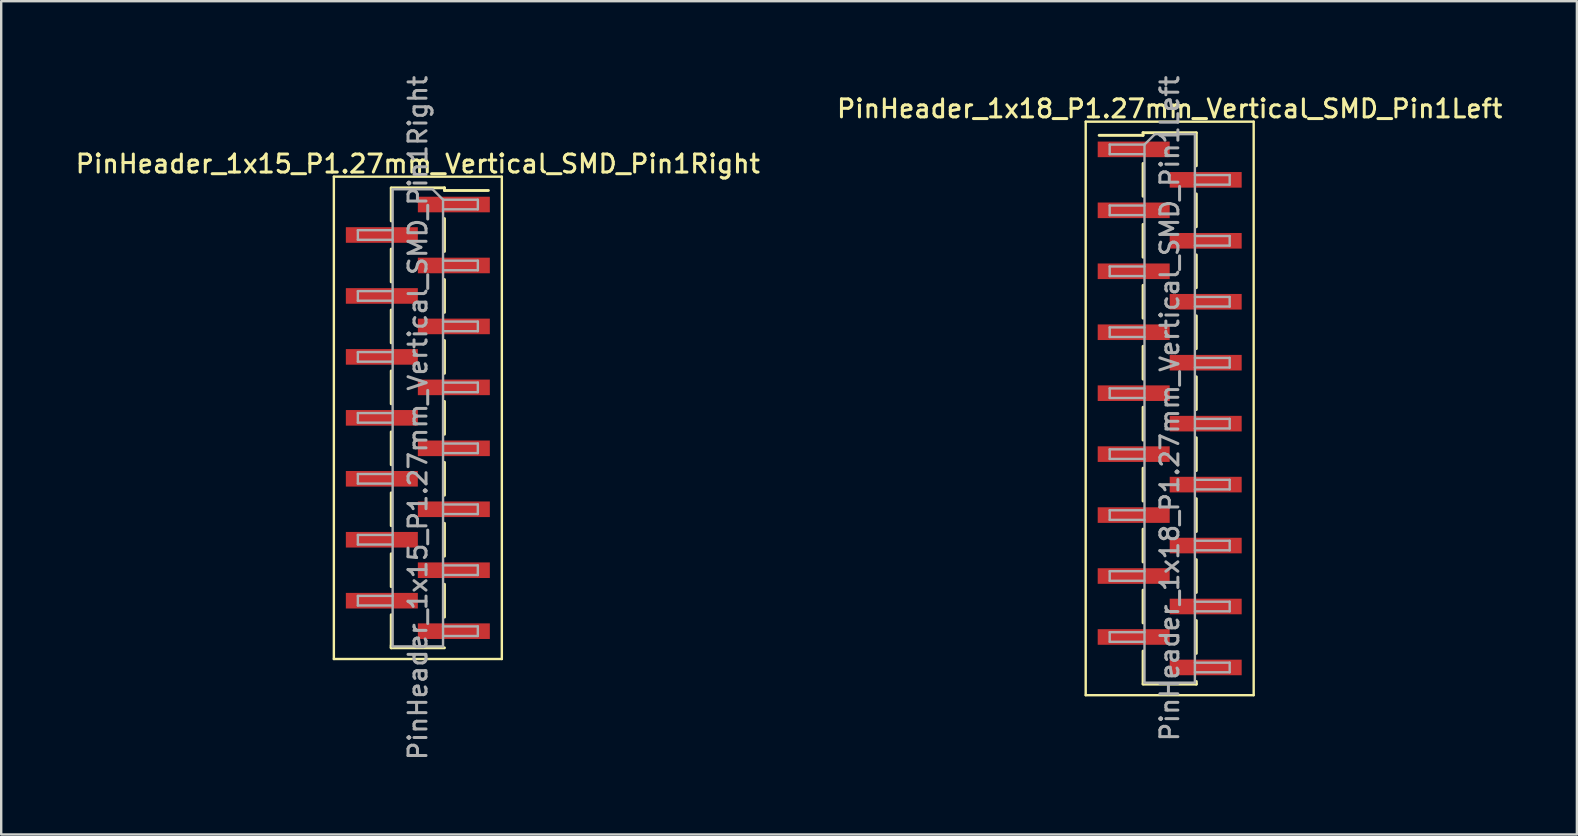
<source format=kicad_pcb>
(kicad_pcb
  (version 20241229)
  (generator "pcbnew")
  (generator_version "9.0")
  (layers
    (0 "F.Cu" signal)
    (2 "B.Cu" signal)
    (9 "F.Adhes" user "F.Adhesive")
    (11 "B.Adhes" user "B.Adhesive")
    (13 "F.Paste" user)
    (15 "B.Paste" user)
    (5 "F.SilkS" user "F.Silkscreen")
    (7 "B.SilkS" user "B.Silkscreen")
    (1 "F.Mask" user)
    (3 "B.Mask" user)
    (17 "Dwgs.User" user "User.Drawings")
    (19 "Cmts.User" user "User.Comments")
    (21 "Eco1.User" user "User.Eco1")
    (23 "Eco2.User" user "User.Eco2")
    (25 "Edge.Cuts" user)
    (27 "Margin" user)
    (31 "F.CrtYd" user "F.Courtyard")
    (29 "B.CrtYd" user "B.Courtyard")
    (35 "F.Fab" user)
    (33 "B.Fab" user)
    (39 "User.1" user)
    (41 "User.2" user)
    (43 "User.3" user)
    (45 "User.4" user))
  (footprint "PinHeader_1x18_P1.27mm_Vertical_SMD_Pin1Left"
    (layer "F.Cu")
    (at 45.695 13.97)
    (property "Reference" "PinHeader_1x18_P1.27mm_Vertical_SMD_Pin1Left" (at 0 -12.49 0) (layer "F.SilkS") (effects (font (size 0.75 0.75) (thickness 0.125))))
    (attr smd)
    (fp_line (start -3.5 -11.95) (end -3.5 11.95) (stroke (width 0.1) (type solid)) (layer "F.SilkS"))
    (fp_line (start -3.5 11.95) (end 3.5 11.95) (stroke (width 0.1) (type solid)) (layer "F.SilkS"))
    (fp_line (start -1.11 -11.49) (end -1.11 -11.38) (stroke (width 0.12) (type solid)) (layer "F.SilkS"))
    (fp_line (start -1.11 -11.49) (end 1.11 -11.49) (stroke (width 0.12) (type solid)) (layer "F.SilkS"))
    (fp_line (start -1.11 -11.38) (end -2.94 -11.38) (stroke (width 0.12) (type solid)) (layer "F.SilkS"))
    (fp_line (start -1.11 -10.21) (end -1.11 -8.84) (stroke (width 0.12) (type solid)) (layer "F.SilkS"))
    (fp_line (start -1.11 -7.67) (end -1.11 -6.3) (stroke (width 0.12) (type solid)) (layer "F.SilkS"))
    (fp_line (start -1.11 -5.13) (end -1.11 -3.76) (stroke (width 0.12) (type solid)) (layer "F.SilkS"))
    (fp_line (start -1.11 -2.59) (end -1.11 -1.22) (stroke (width 0.12) (type solid)) (layer "F.SilkS"))
    (fp_line (start -1.11 -0.05) (end -1.11 1.32) (stroke (width 0.12) (type solid)) (layer "F.SilkS"))
    (fp_line (start -1.11 2.49) (end -1.11 3.86) (stroke (width 0.12) (type solid)) (layer "F.SilkS"))
    (fp_line (start -1.11 5.03) (end -1.11 6.4) (stroke (width 0.12) (type solid)) (layer "F.SilkS"))
    (fp_line (start -1.11 7.57) (end -1.11 8.94) (stroke (width 0.12) (type solid)) (layer "F.SilkS"))
    (fp_line (start -1.11 10.11) (end -1.11 11.48) (stroke (width 0.12) (type solid)) (layer "F.SilkS"))
    (fp_line (start -1.11 11.49) (end 1.11 11.49) (stroke (width 0.12) (type solid)) (layer "F.SilkS"))
    (fp_line (start 1.11 -11.48) (end 1.11 -10.11) (stroke (width 0.12) (type solid)) (layer "F.SilkS"))
    (fp_line (start 1.11 -8.94) (end 1.11 -7.57) (stroke (width 0.12) (type solid)) (layer "F.SilkS"))
    (fp_line (start 1.11 -6.4) (end 1.11 -5.03) (stroke (width 0.12) (type solid)) (layer "F.SilkS"))
    (fp_line (start 1.11 -3.86) (end 1.11 -2.49) (stroke (width 0.12) (type solid)) (layer "F.SilkS"))
    (fp_line (start 1.11 -1.32) (end 1.11 0.05) (stroke (width 0.12) (type solid)) (layer "F.SilkS"))
    (fp_line (start 1.11 1.22) (end 1.11 2.59) (stroke (width 0.12) (type solid)) (layer "F.SilkS"))
    (fp_line (start 1.11 3.76) (end 1.11 5.13) (stroke (width 0.12) (type solid)) (layer "F.SilkS"))
    (fp_line (start 1.11 6.3) (end 1.11 7.67) (stroke (width 0.12) (type solid)) (layer "F.SilkS"))
    (fp_line (start 1.11 8.84) (end 1.11 10.21) (stroke (width 0.12) (type solid)) (layer "F.SilkS"))
    (fp_line (start 1.11 11.38) (end 1.11 11.49) (stroke (width 0.12) (type solid)) (layer "F.SilkS"))
    (fp_line (start 3.5 -11.95) (end -3.5 -11.95) (stroke (width 0.1) (type solid)) (layer "F.SilkS"))
    (fp_line (start 3.5 11.95) (end 3.5 -11.95) (stroke (width 0.1) (type solid)) (layer "F.SilkS"))
    (fp_line (start -2.5 -10.995) (end -2.5 -10.595) (stroke (width 0.1) (type solid)) (layer "F.Fab"))
    (fp_line (start -2.5 -10.595) (end -1.05 -10.595) (stroke (width 0.1) (type solid)) (layer "F.Fab"))
    (fp_line (start -2.5 -8.455) (end -2.5 -8.055) (stroke (width 0.1) (type solid)) (layer "F.Fab"))
    (fp_line (start -2.5 -8.055) (end -1.05 -8.055) (stroke (width 0.1) (type solid)) (layer "F.Fab"))
    (fp_line (start -2.5 -5.915) (end -2.5 -5.515) (stroke (width 0.1) (type solid)) (layer "F.Fab"))
    (fp_line (start -2.5 -5.515) (end -1.05 -5.515) (stroke (width 0.1) (type solid)) (layer "F.Fab"))
    (fp_line (start -2.5 -3.375) (end -2.5 -2.975) (stroke (width 0.1) (type solid)) (layer "F.Fab"))
    (fp_line (start -2.5 -2.975) (end -1.05 -2.975) (stroke (width 0.1) (type solid)) (layer "F.Fab"))
    (fp_line (start -2.5 -0.835) (end -2.5 -0.435) (stroke (width 0.1) (type solid)) (layer "F.Fab"))
    (fp_line (start -2.5 -0.435) (end -1.05 -0.435) (stroke (width 0.1) (type solid)) (layer "F.Fab"))
    (fp_line (start -2.5 1.705) (end -2.5 2.105) (stroke (width 0.1) (type solid)) (layer "F.Fab"))
    (fp_line (start -2.5 2.105) (end -1.05 2.105) (stroke (width 0.1) (type solid)) (layer "F.Fab"))
    (fp_line (start -2.5 4.245) (end -2.5 4.645) (stroke (width 0.1) (type solid)) (layer "F.Fab"))
    (fp_line (start -2.5 4.645) (end -1.05 4.645) (stroke (width 0.1) (type solid)) (layer "F.Fab"))
    (fp_line (start -2.5 6.785) (end -2.5 7.185) (stroke (width 0.1) (type solid)) (layer "F.Fab"))
    (fp_line (start -2.5 7.185) (end -1.05 7.185) (stroke (width 0.1) (type solid)) (layer "F.Fab"))
    (fp_line (start -2.5 9.325) (end -2.5 9.725) (stroke (width 0.1) (type solid)) (layer "F.Fab"))
    (fp_line (start -2.5 9.725) (end -1.05 9.725) (stroke (width 0.1) (type solid)) (layer "F.Fab"))
    (fp_line (start -1.05 -10.995) (end -2.5 -10.995) (stroke (width 0.1) (type solid)) (layer "F.Fab"))
    (fp_line (start -1.05 -10.995) (end -0.615 -11.43) (stroke (width 0.1) (type solid)) (layer "F.Fab"))
    (fp_line (start -1.05 -8.455) (end -2.5 -8.455) (stroke (width 0.1) (type solid)) (layer "F.Fab"))
    (fp_line (start -1.05 -5.915) (end -2.5 -5.915) (stroke (width 0.1) (type solid)) (layer "F.Fab"))
    (fp_line (start -1.05 -3.375) (end -2.5 -3.375) (stroke (width 0.1) (type solid)) (layer "F.Fab"))
    (fp_line (start -1.05 -0.835) (end -2.5 -0.835) (stroke (width 0.1) (type solid)) (layer "F.Fab"))
    (fp_line (start -1.05 1.705) (end -2.5 1.705) (stroke (width 0.1) (type solid)) (layer "F.Fab"))
    (fp_line (start -1.05 4.245) (end -2.5 4.245) (stroke (width 0.1) (type solid)) (layer "F.Fab"))
    (fp_line (start -1.05 6.785) (end -2.5 6.785) (stroke (width 0.1) (type solid)) (layer "F.Fab"))
    (fp_line (start -1.05 9.325) (end -2.5 9.325) (stroke (width 0.1) (type solid)) (layer "F.Fab"))
    (fp_line (start -1.05 11.43) (end -1.05 -10.995) (stroke (width 0.1) (type solid)) (layer "F.Fab"))
    (fp_line (start -0.615 -11.43) (end 1.05 -11.43) (stroke (width 0.1) (type solid)) (layer "F.Fab"))
    (fp_line (start 1.05 -11.43) (end 1.05 11.43) (stroke (width 0.1) (type solid)) (layer "F.Fab"))
    (fp_line (start 1.05 -9.725) (end 2.5 -9.725) (stroke (width 0.1) (type solid)) (layer "F.Fab"))
    (fp_line (start 1.05 -7.185) (end 2.5 -7.185) (stroke (width 0.1) (type solid)) (layer "F.Fab"))
    (fp_line (start 1.05 -4.645) (end 2.5 -4.645) (stroke (width 0.1) (type solid)) (layer "F.Fab"))
    (fp_line (start 1.05 -2.105) (end 2.5 -2.105) (stroke (width 0.1) (type solid)) (layer "F.Fab"))
    (fp_line (start 1.05 0.435) (end 2.5 0.435) (stroke (width 0.1) (type solid)) (layer "F.Fab"))
    (fp_line (start 1.05 2.975) (end 2.5 2.975) (stroke (width 0.1) (type solid)) (layer "F.Fab"))
    (fp_line (start 1.05 5.515) (end 2.5 5.515) (stroke (width 0.1) (type solid)) (layer "F.Fab"))
    (fp_line (start 1.05 8.055) (end 2.5 8.055) (stroke (width 0.1) (type solid)) (layer "F.Fab"))
    (fp_line (start 1.05 10.595) (end 2.5 10.595) (stroke (width 0.1) (type solid)) (layer "F.Fab"))
    (fp_line (start 1.05 11.43) (end -1.05 11.43) (stroke (width 0.1) (type solid)) (layer "F.Fab"))
    (fp_line (start 2.5 -9.725) (end 2.5 -9.325) (stroke (width 0.1) (type solid)) (layer "F.Fab"))
    (fp_line (start 2.5 -9.325) (end 1.05 -9.325) (stroke (width 0.1) (type solid)) (layer "F.Fab"))
    (fp_line (start 2.5 -7.185) (end 2.5 -6.785) (stroke (width 0.1) (type solid)) (layer "F.Fab"))
    (fp_line (start 2.5 -6.785) (end 1.05 -6.785) (stroke (width 0.1) (type solid)) (layer "F.Fab"))
    (fp_line (start 2.5 -4.645) (end 2.5 -4.245) (stroke (width 0.1) (type solid)) (layer "F.Fab"))
    (fp_line (start 2.5 -4.245) (end 1.05 -4.245) (stroke (width 0.1) (type solid)) (layer "F.Fab"))
    (fp_line (start 2.5 -2.105) (end 2.5 -1.705) (stroke (width 0.1) (type solid)) (layer "F.Fab"))
    (fp_line (start 2.5 -1.705) (end 1.05 -1.705) (stroke (width 0.1) (type solid)) (layer "F.Fab"))
    (fp_line (start 2.5 0.435) (end 2.5 0.835) (stroke (width 0.1) (type solid)) (layer "F.Fab"))
    (fp_line (start 2.5 0.835) (end 1.05 0.835) (stroke (width 0.1) (type solid)) (layer "F.Fab"))
    (fp_line (start 2.5 2.975) (end 2.5 3.375) (stroke (width 0.1) (type solid)) (layer "F.Fab"))
    (fp_line (start 2.5 3.375) (end 1.05 3.375) (stroke (width 0.1) (type solid)) (layer "F.Fab"))
    (fp_line (start 2.5 5.515) (end 2.5 5.915) (stroke (width 0.1) (type solid)) (layer "F.Fab"))
    (fp_line (start 2.5 5.915) (end 1.05 5.915) (stroke (width 0.1) (type solid)) (layer "F.Fab"))
    (fp_line (start 2.5 8.055) (end 2.5 8.455) (stroke (width 0.1) (type solid)) (layer "F.Fab"))
    (fp_line (start 2.5 8.455) (end 1.05 8.455) (stroke (width 0.1) (type solid)) (layer "F.Fab"))
    (fp_line (start 2.5 10.595) (end 2.5 10.995) (stroke (width 0.1) (type solid)) (layer "F.Fab"))
    (fp_line (start 2.5 10.995) (end 1.05 10.995) (stroke (width 0.1) (type solid)) (layer "F.Fab"))
    (fp_text user "${REFERENCE}" (at 0 0 90) (layer "F.Fab") (effects (font (size 0.75 0.75) (thickness 0.125))))
    (pad "1" smd rect (at -1.5 -10.795) (size 3 0.65) (layers "F.Cu" "F.Mask" "F.Paste"))
    (pad "2" smd rect (at 1.5 -9.525) (size 3 0.65) (layers "F.Cu" "F.Mask" "F.Paste"))
    (pad "3" smd rect (at -1.5 -8.255) (size 3 0.65) (layers "F.Cu" "F.Mask" "F.Paste"))
    (pad "4" smd rect (at 1.5 -6.985) (size 3 0.65) (layers "F.Cu" "F.Mask" "F.Paste"))
    (pad "5" smd rect (at -1.5 -5.715) (size 3 0.65) (layers "F.Cu" "F.Mask" "F.Paste"))
    (pad "6" smd rect (at 1.5 -4.445) (size 3 0.65) (layers "F.Cu" "F.Mask" "F.Paste"))
    (pad "7" smd rect (at -1.5 -3.175) (size 3 0.65) (layers "F.Cu" "F.Mask" "F.Paste"))
    (pad "8" smd rect (at 1.5 -1.905) (size 3 0.65) (layers "F.Cu" "F.Mask" "F.Paste"))
    (pad "9" smd rect (at -1.5 -0.635) (size 3 0.65) (layers "F.Cu" "F.Mask" "F.Paste"))
    (pad "10" smd rect (at 1.5 0.635) (size 3 0.65) (layers "F.Cu" "F.Mask" "F.Paste"))
    (pad "11" smd rect (at -1.5 1.905) (size 3 0.65) (layers "F.Cu" "F.Mask" "F.Paste"))
    (pad "12" smd rect (at 1.5 3.175) (size 3 0.65) (layers "F.Cu" "F.Mask" "F.Paste"))
    (pad "13" smd rect (at -1.5 4.445) (size 3 0.65) (layers "F.Cu" "F.Mask" "F.Paste"))
    (pad "14" smd rect (at 1.5 5.715) (size 3 0.65) (layers "F.Cu" "F.Mask" "F.Paste"))
    (pad "15" smd rect (at -1.5 6.985) (size 3 0.65) (layers "F.Cu" "F.Mask" "F.Paste"))
    (pad "16" smd rect (at 1.5 8.255) (size 3 0.65) (layers "F.Cu" "F.Mask" "F.Paste"))
    (pad "17" smd rect (at -1.5 9.525) (size 3 0.65) (layers "F.Cu" "F.Mask" "F.Paste"))
    (pad "18" smd rect (at 1.5 10.795) (size 3 0.65) (layers "F.Cu" "F.Mask" "F.Paste")))
  (footprint "PinHeader_1x15_P1.27mm_Vertical_SMD_Pin1Right"
    (layer "F.Cu")
    (at 14.363 14.363)
    (property "Reference" "PinHeader_1x15_P1.27mm_Vertical_SMD_Pin1Right" (at 0 -10.585 0) (layer "F.SilkS") (effects (font (size 0.75 0.75) (thickness 0.125))))
    (attr smd)
    (fp_line (start -3.5 -10.05) (end -3.5 10.05) (stroke (width 0.1) (type solid)) (layer "F.SilkS"))
    (fp_line (start -3.5 10.05) (end 3.5 10.05) (stroke (width 0.1) (type solid)) (layer "F.SilkS"))
    (fp_line (start -1.11 -9.585) (end 1.11 -9.585) (stroke (width 0.12) (type solid)) (layer "F.SilkS"))
    (fp_line (start -1.11 -9.575) (end -1.11 -8.205) (stroke (width 0.12) (type solid)) (layer "F.SilkS"))
    (fp_line (start -1.11 -7.035) (end -1.11 -5.665) (stroke (width 0.12) (type solid)) (layer "F.SilkS"))
    (fp_line (start -1.11 -4.495) (end -1.11 -3.125) (stroke (width 0.12) (type solid)) (layer "F.SilkS"))
    (fp_line (start -1.11 -1.955) (end -1.11 -0.585) (stroke (width 0.12) (type solid)) (layer "F.SilkS"))
    (fp_line (start -1.11 0.585) (end -1.11 1.955) (stroke (width 0.12) (type solid)) (layer "F.SilkS"))
    (fp_line (start -1.11 3.125) (end -1.11 4.495) (stroke (width 0.12) (type solid)) (layer "F.SilkS"))
    (fp_line (start -1.11 5.665) (end -1.11 7.035) (stroke (width 0.12) (type solid)) (layer "F.SilkS"))
    (fp_line (start -1.11 8.205) (end -1.11 9.575) (stroke (width 0.12) (type solid)) (layer "F.SilkS"))
    (fp_line (start -1.11 9.475) (end -1.11 9.585) (stroke (width 0.12) (type solid)) (layer "F.SilkS"))
    (fp_line (start -1.11 9.585) (end 1.11 9.585) (stroke (width 0.12) (type solid)) (layer "F.SilkS"))
    (fp_line (start 1.11 -9.585) (end 1.11 -9.475) (stroke (width 0.12) (type solid)) (layer "F.SilkS"))
    (fp_line (start 1.11 -9.475) (end 2.94 -9.475) (stroke (width 0.12) (type solid)) (layer "F.SilkS"))
    (fp_line (start 1.11 -8.305) (end 1.11 -6.935) (stroke (width 0.12) (type solid)) (layer "F.SilkS"))
    (fp_line (start 1.11 -5.765) (end 1.11 -4.395) (stroke (width 0.12) (type solid)) (layer "F.SilkS"))
    (fp_line (start 1.11 -3.225) (end 1.11 -1.855) (stroke (width 0.12) (type solid)) (layer "F.SilkS"))
    (fp_line (start 1.11 -0.685) (end 1.11 0.685) (stroke (width 0.12) (type solid)) (layer "F.SilkS"))
    (fp_line (start 1.11 1.855) (end 1.11 3.225) (stroke (width 0.12) (type solid)) (layer "F.SilkS"))
    (fp_line (start 1.11 4.395) (end 1.11 5.765) (stroke (width 0.12) (type solid)) (layer "F.SilkS"))
    (fp_line (start 1.11 6.935) (end 1.11 8.305) (stroke (width 0.12) (type solid)) (layer "F.SilkS"))
    (fp_line (start 3.5 -10.05) (end -3.5 -10.05) (stroke (width 0.1) (type solid)) (layer "F.SilkS"))
    (fp_line (start 3.5 10.05) (end 3.5 -10.05) (stroke (width 0.1) (type solid)) (layer "F.SilkS"))
    (fp_line (start -2.5 -7.82) (end -2.5 -7.42) (stroke (width 0.1) (type solid)) (layer "F.Fab"))
    (fp_line (start -2.5 -7.42) (end -1.05 -7.42) (stroke (width 0.1) (type solid)) (layer "F.Fab"))
    (fp_line (start -2.5 -5.28) (end -2.5 -4.88) (stroke (width 0.1) (type solid)) (layer "F.Fab"))
    (fp_line (start -2.5 -4.88) (end -1.05 -4.88) (stroke (width 0.1) (type solid)) (layer "F.Fab"))
    (fp_line (start -2.5 -2.74) (end -2.5 -2.34) (stroke (width 0.1) (type solid)) (layer "F.Fab"))
    (fp_line (start -2.5 -2.34) (end -1.05 -2.34) (stroke (width 0.1) (type solid)) (layer "F.Fab"))
    (fp_line (start -2.5 -0.2) (end -2.5 0.2) (stroke (width 0.1) (type solid)) (layer "F.Fab"))
    (fp_line (start -2.5 0.2) (end -1.05 0.2) (stroke (width 0.1) (type solid)) (layer "F.Fab"))
    (fp_line (start -2.5 2.34) (end -2.5 2.74) (stroke (width 0.1) (type solid)) (layer "F.Fab"))
    (fp_line (start -2.5 2.74) (end -1.05 2.74) (stroke (width 0.1) (type solid)) (layer "F.Fab"))
    (fp_line (start -2.5 4.88) (end -2.5 5.28) (stroke (width 0.1) (type solid)) (layer "F.Fab"))
    (fp_line (start -2.5 5.28) (end -1.05 5.28) (stroke (width 0.1) (type solid)) (layer "F.Fab"))
    (fp_line (start -2.5 7.42) (end -2.5 7.82) (stroke (width 0.1) (type solid)) (layer "F.Fab"))
    (fp_line (start -2.5 7.82) (end -1.05 7.82) (stroke (width 0.1) (type solid)) (layer "F.Fab"))
    (fp_line (start -1.05 -9.525) (end -1.05 9.525) (stroke (width 0.1) (type solid)) (layer "F.Fab"))
    (fp_line (start -1.05 -9.525) (end 0.615 -9.525) (stroke (width 0.1) (type solid)) (layer "F.Fab"))
    (fp_line (start -1.05 -7.82) (end -2.5 -7.82) (stroke (width 0.1) (type solid)) (layer "F.Fab"))
    (fp_line (start -1.05 -5.28) (end -2.5 -5.28) (stroke (width 0.1) (type solid)) (layer "F.Fab"))
    (fp_line (start -1.05 -2.74) (end -2.5 -2.74) (stroke (width 0.1) (type solid)) (layer "F.Fab"))
    (fp_line (start -1.05 -0.2) (end -2.5 -0.2) (stroke (width 0.1) (type solid)) (layer "F.Fab"))
    (fp_line (start -1.05 2.34) (end -2.5 2.34) (stroke (width 0.1) (type solid)) (layer "F.Fab"))
    (fp_line (start -1.05 4.88) (end -2.5 4.88) (stroke (width 0.1) (type solid)) (layer "F.Fab"))
    (fp_line (start -1.05 7.42) (end -2.5 7.42) (stroke (width 0.1) (type solid)) (layer "F.Fab"))
    (fp_line (start 1.05 -9.09) (end 0.615 -9.525) (stroke (width 0.1) (type solid)) (layer "F.Fab"))
    (fp_line (start 1.05 -9.09) (end 2.5 -9.09) (stroke (width 0.1) (type solid)) (layer "F.Fab"))
    (fp_line (start 1.05 -6.55) (end 2.5 -6.55) (stroke (width 0.1) (type solid)) (layer "F.Fab"))
    (fp_line (start 1.05 -4.01) (end 2.5 -4.01) (stroke (width 0.1) (type solid)) (layer "F.Fab"))
    (fp_line (start 1.05 -1.47) (end 2.5 -1.47) (stroke (width 0.1) (type solid)) (layer "F.Fab"))
    (fp_line (start 1.05 1.07) (end 2.5 1.07) (stroke (width 0.1) (type solid)) (layer "F.Fab"))
    (fp_line (start 1.05 3.61) (end 2.5 3.61) (stroke (width 0.1) (type solid)) (layer "F.Fab"))
    (fp_line (start 1.05 6.15) (end 2.5 6.15) (stroke (width 0.1) (type solid)) (layer "F.Fab"))
    (fp_line (start 1.05 8.69) (end 2.5 8.69) (stroke (width 0.1) (type solid)) (layer "F.Fab"))
    (fp_line (start 1.05 9.525) (end -1.05 9.525) (stroke (width 0.1) (type solid)) (layer "F.Fab"))
    (fp_line (start 1.05 9.525) (end 1.05 -9.09) (stroke (width 0.1) (type solid)) (layer "F.Fab"))
    (fp_line (start 2.5 -9.09) (end 2.5 -8.69) (stroke (width 0.1) (type solid)) (layer "F.Fab"))
    (fp_line (start 2.5 -8.69) (end 1.05 -8.69) (stroke (width 0.1) (type solid)) (layer "F.Fab"))
    (fp_line (start 2.5 -6.55) (end 2.5 -6.15) (stroke (width 0.1) (type solid)) (layer "F.Fab"))
    (fp_line (start 2.5 -6.15) (end 1.05 -6.15) (stroke (width 0.1) (type solid)) (layer "F.Fab"))
    (fp_line (start 2.5 -4.01) (end 2.5 -3.61) (stroke (width 0.1) (type solid)) (layer "F.Fab"))
    (fp_line (start 2.5 -3.61) (end 1.05 -3.61) (stroke (width 0.1) (type solid)) (layer "F.Fab"))
    (fp_line (start 2.5 -1.47) (end 2.5 -1.07) (stroke (width 0.1) (type solid)) (layer "F.Fab"))
    (fp_line (start 2.5 -1.07) (end 1.05 -1.07) (stroke (width 0.1) (type solid)) (layer "F.Fab"))
    (fp_line (start 2.5 1.07) (end 2.5 1.47) (stroke (width 0.1) (type solid)) (layer "F.Fab"))
    (fp_line (start 2.5 1.47) (end 1.05 1.47) (stroke (width 0.1) (type solid)) (layer "F.Fab"))
    (fp_line (start 2.5 3.61) (end 2.5 4.01) (stroke (width 0.1) (type solid)) (layer "F.Fab"))
    (fp_line (start 2.5 4.01) (end 1.05 4.01) (stroke (width 0.1) (type solid)) (layer "F.Fab"))
    (fp_line (start 2.5 6.15) (end 2.5 6.55) (stroke (width 0.1) (type solid)) (layer "F.Fab"))
    (fp_line (start 2.5 6.55) (end 1.05 6.55) (stroke (width 0.1) (type solid)) (layer "F.Fab"))
    (fp_line (start 2.5 8.69) (end 2.5 9.09) (stroke (width 0.1) (type solid)) (layer "F.Fab"))
    (fp_line (start 2.5 9.09) (end 1.05 9.09) (stroke (width 0.1) (type solid)) (layer "F.Fab"))
    (fp_text user "${REFERENCE}" (at 0 0 90) (layer "F.Fab") (effects (font (size 0.75 0.75) (thickness 0.125))))
    (pad "1" smd rect (at 1.5 -8.89) (size 3 0.65) (layers "F.Cu" "F.Mask" "F.Paste"))
    (pad "2" smd rect (at -1.5 -7.62) (size 3 0.65) (layers "F.Cu" "F.Mask" "F.Paste"))
    (pad "3" smd rect (at 1.5 -6.35) (size 3 0.65) (layers "F.Cu" "F.Mask" "F.Paste"))
    (pad "4" smd rect (at -1.5 -5.08) (size 3 0.65) (layers "F.Cu" "F.Mask" "F.Paste"))
    (pad "5" smd rect (at 1.5 -3.81) (size 3 0.65) (layers "F.Cu" "F.Mask" "F.Paste"))
    (pad "6" smd rect (at -1.5 -2.54) (size 3 0.65) (layers "F.Cu" "F.Mask" "F.Paste"))
    (pad "7" smd rect (at 1.5 -1.27) (size 3 0.65) (layers "F.Cu" "F.Mask" "F.Paste"))
    (pad "8" smd rect (at -1.5 0) (size 3 0.65) (layers "F.Cu" "F.Mask" "F.Paste"))
    (pad "9" smd rect (at 1.5 1.27) (size 3 0.65) (layers "F.Cu" "F.Mask" "F.Paste"))
    (pad "10" smd rect (at -1.5 2.54) (size 3 0.65) (layers "F.Cu" "F.Mask" "F.Paste"))
    (pad "11" smd rect (at 1.5 3.81) (size 3 0.65) (layers "F.Cu" "F.Mask" "F.Paste"))
    (pad "12" smd rect (at -1.5 5.08) (size 3 0.65) (layers "F.Cu" "F.Mask" "F.Paste"))
    (pad "13" smd rect (at 1.5 6.35) (size 3 0.65) (layers "F.Cu" "F.Mask" "F.Paste"))
    (pad "14" smd rect (at -1.5 7.62) (size 3 0.65) (layers "F.Cu" "F.Mask" "F.Paste"))
    (pad "15" smd rect (at 1.5 8.89) (size 3 0.65) (layers "F.Cu" "F.Mask" "F.Paste")))
  (gr_rect
    (start -3 -3)
    (end 62.664 31.725)
    (stroke (width 0.1) (type default))
    (fill no)
    (layer "Edge.Cuts")))
</source>
